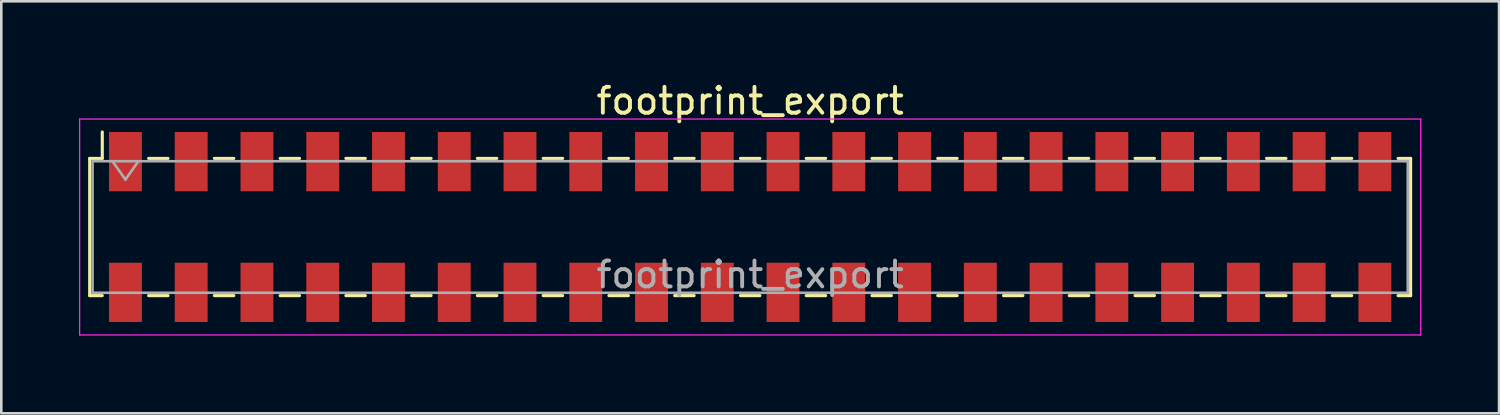
<source format=kicad_pcb>
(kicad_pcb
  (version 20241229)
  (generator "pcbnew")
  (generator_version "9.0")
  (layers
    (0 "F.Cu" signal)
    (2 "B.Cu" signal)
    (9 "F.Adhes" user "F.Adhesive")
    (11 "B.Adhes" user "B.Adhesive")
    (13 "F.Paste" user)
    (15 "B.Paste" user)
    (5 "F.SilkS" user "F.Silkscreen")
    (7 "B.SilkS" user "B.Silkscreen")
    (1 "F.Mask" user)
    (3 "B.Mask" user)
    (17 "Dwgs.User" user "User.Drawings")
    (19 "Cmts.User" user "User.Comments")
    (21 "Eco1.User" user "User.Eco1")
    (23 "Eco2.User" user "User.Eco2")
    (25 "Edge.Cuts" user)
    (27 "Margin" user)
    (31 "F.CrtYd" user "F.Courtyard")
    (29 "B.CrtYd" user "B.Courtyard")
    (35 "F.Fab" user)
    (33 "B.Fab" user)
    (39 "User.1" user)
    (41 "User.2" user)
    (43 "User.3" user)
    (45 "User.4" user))
  (footprint "footprint_export"
    (layer "F.Cu")
    (at 25.925 5.718)
    (property "Reference" "footprint_export" (at 0 -4.87 0) (layer "F.SilkS") (effects (font (size 1 1) (thickness 0.15))))
    (attr smd)
    (fp_line (start -25.51 -2.65) (end -25.51 2.65) (stroke (width 0.12) (type solid)) (layer "F.SilkS"))
    (fp_line (start -25.51 2.65) (end -25.025 2.65) (stroke (width 0.12) (type solid)) (layer "F.SilkS"))
    (fp_line (start -25.025 -3.67) (end -25.025 -2.65) (stroke (width 0.12) (type solid)) (layer "F.SilkS"))
    (fp_line (start -25.025 -2.65) (end -25.51 -2.65) (stroke (width 0.12) (type solid)) (layer "F.SilkS"))
    (fp_line (start -23.235 -2.65) (end -22.485 -2.65) (stroke (width 0.12) (type solid)) (layer "F.SilkS"))
    (fp_line (start -23.235 2.65) (end -22.485 2.65) (stroke (width 0.12) (type solid)) (layer "F.SilkS"))
    (fp_line (start -20.695 -2.65) (end -19.945 -2.65) (stroke (width 0.12) (type solid)) (layer "F.SilkS"))
    (fp_line (start -20.695 2.65) (end -19.945 2.65) (stroke (width 0.12) (type solid)) (layer "F.SilkS"))
    (fp_line (start -18.155 -2.65) (end -17.405 -2.65) (stroke (width 0.12) (type solid)) (layer "F.SilkS"))
    (fp_line (start -18.155 2.65) (end -17.405 2.65) (stroke (width 0.12) (type solid)) (layer "F.SilkS"))
    (fp_line (start -15.615 -2.65) (end -14.865 -2.65) (stroke (width 0.12) (type solid)) (layer "F.SilkS"))
    (fp_line (start -15.615 2.65) (end -14.865 2.65) (stroke (width 0.12) (type solid)) (layer "F.SilkS"))
    (fp_line (start -13.075 -2.65) (end -12.325 -2.65) (stroke (width 0.12) (type solid)) (layer "F.SilkS"))
    (fp_line (start -13.075 2.65) (end -12.325 2.65) (stroke (width 0.12) (type solid)) (layer "F.SilkS"))
    (fp_line (start -10.535 -2.65) (end -9.785 -2.65) (stroke (width 0.12) (type solid)) (layer "F.SilkS"))
    (fp_line (start -10.535 2.65) (end -9.785 2.65) (stroke (width 0.12) (type solid)) (layer "F.SilkS"))
    (fp_line (start -7.995 -2.65) (end -7.245 -2.65) (stroke (width 0.12) (type solid)) (layer "F.SilkS"))
    (fp_line (start -7.995 2.65) (end -7.245 2.65) (stroke (width 0.12) (type solid)) (layer "F.SilkS"))
    (fp_line (start -5.455 -2.65) (end -4.705 -2.65) (stroke (width 0.12) (type solid)) (layer "F.SilkS"))
    (fp_line (start -5.455 2.65) (end -4.705 2.65) (stroke (width 0.12) (type solid)) (layer "F.SilkS"))
    (fp_line (start -2.915 -2.65) (end -2.165 -2.65) (stroke (width 0.12) (type solid)) (layer "F.SilkS"))
    (fp_line (start -2.915 2.65) (end -2.165 2.65) (stroke (width 0.12) (type solid)) (layer "F.SilkS"))
    (fp_line (start -0.375 -2.65) (end 0.375 -2.65) (stroke (width 0.12) (type solid)) (layer "F.SilkS"))
    (fp_line (start -0.375 2.65) (end 0.375 2.65) (stroke (width 0.12) (type solid)) (layer "F.SilkS"))
    (fp_line (start 2.165 -2.65) (end 2.915 -2.65) (stroke (width 0.12) (type solid)) (layer "F.SilkS"))
    (fp_line (start 2.165 2.65) (end 2.915 2.65) (stroke (width 0.12) (type solid)) (layer "F.SilkS"))
    (fp_line (start 4.705 -2.65) (end 5.455 -2.65) (stroke (width 0.12) (type solid)) (layer "F.SilkS"))
    (fp_line (start 4.705 2.65) (end 5.455 2.65) (stroke (width 0.12) (type solid)) (layer "F.SilkS"))
    (fp_line (start 7.245 -2.65) (end 7.995 -2.65) (stroke (width 0.12) (type solid)) (layer "F.SilkS"))
    (fp_line (start 7.245 2.65) (end 7.995 2.65) (stroke (width 0.12) (type solid)) (layer "F.SilkS"))
    (fp_line (start 9.785 -2.65) (end 10.535 -2.65) (stroke (width 0.12) (type solid)) (layer "F.SilkS"))
    (fp_line (start 9.785 2.65) (end 10.535 2.65) (stroke (width 0.12) (type solid)) (layer "F.SilkS"))
    (fp_line (start 12.325 -2.65) (end 13.075 -2.65) (stroke (width 0.12) (type solid)) (layer "F.SilkS"))
    (fp_line (start 12.325 2.65) (end 13.075 2.65) (stroke (width 0.12) (type solid)) (layer "F.SilkS"))
    (fp_line (start 14.865 -2.65) (end 15.615 -2.65) (stroke (width 0.12) (type solid)) (layer "F.SilkS"))
    (fp_line (start 14.865 2.65) (end 15.615 2.65) (stroke (width 0.12) (type solid)) (layer "F.SilkS"))
    (fp_line (start 17.405 -2.65) (end 18.155 -2.65) (stroke (width 0.12) (type solid)) (layer "F.SilkS"))
    (fp_line (start 17.405 2.65) (end 18.155 2.65) (stroke (width 0.12) (type solid)) (layer "F.SilkS"))
    (fp_line (start 19.945 -2.65) (end 20.695 -2.65) (stroke (width 0.12) (type solid)) (layer "F.SilkS"))
    (fp_line (start 19.945 2.65) (end 20.695 2.65) (stroke (width 0.12) (type solid)) (layer "F.SilkS"))
    (fp_line (start 22.485 -2.65) (end 23.235 -2.65) (stroke (width 0.12) (type solid)) (layer "F.SilkS"))
    (fp_line (start 22.485 2.65) (end 23.235 2.65) (stroke (width 0.12) (type solid)) (layer "F.SilkS"))
    (fp_line (start 25.025 -2.65) (end 25.51 -2.65) (stroke (width 0.12) (type solid)) (layer "F.SilkS"))
    (fp_line (start 25.51 -2.65) (end 25.51 2.65) (stroke (width 0.12) (type solid)) (layer "F.SilkS"))
    (fp_line (start 25.51 2.65) (end 25.025 2.65) (stroke (width 0.12) (type solid)) (layer "F.SilkS"))
    (fp_line (start -25.9 -4.17) (end 25.9 -4.17) (stroke (width 0.05) (type solid)) (layer "F.CrtYd"))
    (fp_line (start -25.9 4.17) (end -25.9 -4.17) (stroke (width 0.05) (type solid)) (layer "F.CrtYd"))
    (fp_line (start 25.9 -4.17) (end 25.9 4.17) (stroke (width 0.05) (type solid)) (layer "F.CrtYd"))
    (fp_line (start 25.9 4.17) (end -25.9 4.17) (stroke (width 0.05) (type solid)) (layer "F.CrtYd"))
    (fp_line (start -25.4 -2.54) (end 25.4 -2.54) (stroke (width 0.1) (type solid)) (layer "F.Fab"))
    (fp_line (start -25.4 2.54) (end -25.4 -2.54) (stroke (width 0.1) (type solid)) (layer "F.Fab"))
    (fp_line (start -24.63 -2.54) (end -24.13 -1.833) (stroke (width 0.1) (type solid)) (layer "F.Fab"))
    (fp_line (start -24.13 -1.833) (end -23.63 -2.54) (stroke (width 0.1) (type solid)) (layer "F.Fab"))
    (fp_line (start 25.4 -2.54) (end 25.4 2.54) (stroke (width 0.1) (type solid)) (layer "F.Fab"))
    (fp_line (start 25.4 2.54) (end -25.4 2.54) (stroke (width 0.1) (type solid)) (layer "F.Fab"))
    (fp_text user "${REFERENCE}" (at 0 1.84 0) (layer "F.Fab") (effects (font (size 1 1) (thickness 0.15))))
    (pad "1" smd rect (at -24.13 -2.525) (size 1.27 2.29) (layers "F.Cu" "F.Mask" "F.Paste"))
    (pad "2" smd rect (at -24.13 2.525) (size 1.27 2.29) (layers "F.Cu" "F.Mask" "F.Paste"))
    (pad "3" smd rect (at -21.59 -2.525) (size 1.27 2.29) (layers "F.Cu" "F.Mask" "F.Paste"))
    (pad "4" smd rect (at -21.59 2.525) (size 1.27 2.29) (layers "F.Cu" "F.Mask" "F.Paste"))
    (pad "5" smd rect (at -19.05 -2.525) (size 1.27 2.29) (layers "F.Cu" "F.Mask" "F.Paste"))
    (pad "6" smd rect (at -19.05 2.525) (size 1.27 2.29) (layers "F.Cu" "F.Mask" "F.Paste"))
    (pad "7" smd rect (at -16.51 -2.525) (size 1.27 2.29) (layers "F.Cu" "F.Mask" "F.Paste"))
    (pad "8" smd rect (at -16.51 2.525) (size 1.27 2.29) (layers "F.Cu" "F.Mask" "F.Paste"))
    (pad "9" smd rect (at -13.97 -2.525) (size 1.27 2.29) (layers "F.Cu" "F.Mask" "F.Paste"))
    (pad "10" smd rect (at -13.97 2.525) (size 1.27 2.29) (layers "F.Cu" "F.Mask" "F.Paste"))
    (pad "11" smd rect (at -11.43 -2.525) (size 1.27 2.29) (layers "F.Cu" "F.Mask" "F.Paste"))
    (pad "12" smd rect (at -11.43 2.525) (size 1.27 2.29) (layers "F.Cu" "F.Mask" "F.Paste"))
    (pad "13" smd rect (at -8.89 -2.525) (size 1.27 2.29) (layers "F.Cu" "F.Mask" "F.Paste"))
    (pad "14" smd rect (at -8.89 2.525) (size 1.27 2.29) (layers "F.Cu" "F.Mask" "F.Paste"))
    (pad "15" smd rect (at -6.35 -2.525) (size 1.27 2.29) (layers "F.Cu" "F.Mask" "F.Paste"))
    (pad "16" smd rect (at -6.35 2.525) (size 1.27 2.29) (layers "F.Cu" "F.Mask" "F.Paste"))
    (pad "17" smd rect (at -3.81 -2.525) (size 1.27 2.29) (layers "F.Cu" "F.Mask" "F.Paste"))
    (pad "18" smd rect (at -3.81 2.525) (size 1.27 2.29) (layers "F.Cu" "F.Mask" "F.Paste"))
    (pad "19" smd rect (at -1.27 -2.525) (size 1.27 2.29) (layers "F.Cu" "F.Mask" "F.Paste"))
    (pad "20" smd rect (at -1.27 2.525) (size 1.27 2.29) (layers "F.Cu" "F.Mask" "F.Paste"))
    (pad "21" smd rect (at 1.27 -2.525) (size 1.27 2.29) (layers "F.Cu" "F.Mask" "F.Paste"))
    (pad "22" smd rect (at 1.27 2.525) (size 1.27 2.29) (layers "F.Cu" "F.Mask" "F.Paste"))
    (pad "23" smd rect (at 3.81 -2.525) (size 1.27 2.29) (layers "F.Cu" "F.Mask" "F.Paste"))
    (pad "24" smd rect (at 3.81 2.525) (size 1.27 2.29) (layers "F.Cu" "F.Mask" "F.Paste"))
    (pad "25" smd rect (at 6.35 -2.525) (size 1.27 2.29) (layers "F.Cu" "F.Mask" "F.Paste"))
    (pad "26" smd rect (at 6.35 2.525) (size 1.27 2.29) (layers "F.Cu" "F.Mask" "F.Paste"))
    (pad "27" smd rect (at 8.89 -2.525) (size 1.27 2.29) (layers "F.Cu" "F.Mask" "F.Paste"))
    (pad "28" smd rect (at 8.89 2.525) (size 1.27 2.29) (layers "F.Cu" "F.Mask" "F.Paste"))
    (pad "29" smd rect (at 11.43 -2.525) (size 1.27 2.29) (layers "F.Cu" "F.Mask" "F.Paste"))
    (pad "30" smd rect (at 11.43 2.525) (size 1.27 2.29) (layers "F.Cu" "F.Mask" "F.Paste"))
    (pad "31" smd rect (at 13.97 -2.525) (size 1.27 2.29) (layers "F.Cu" "F.Mask" "F.Paste"))
    (pad "32" smd rect (at 13.97 2.525) (size 1.27 2.29) (layers "F.Cu" "F.Mask" "F.Paste"))
    (pad "33" smd rect (at 16.51 -2.525) (size 1.27 2.29) (layers "F.Cu" "F.Mask" "F.Paste"))
    (pad "34" smd rect (at 16.51 2.525) (size 1.27 2.29) (layers "F.Cu" "F.Mask" "F.Paste"))
    (pad "35" smd rect (at 19.05 -2.525) (size 1.27 2.29) (layers "F.Cu" "F.Mask" "F.Paste"))
    (pad "36" smd rect (at 19.05 2.525) (size 1.27 2.29) (layers "F.Cu" "F.Mask" "F.Paste"))
    (pad "37" smd rect (at 21.59 -2.525) (size 1.27 2.29) (layers "F.Cu" "F.Mask" "F.Paste"))
    (pad "38" smd rect (at 21.59 2.525) (size 1.27 2.29) (layers "F.Cu" "F.Mask" "F.Paste"))
    (pad "39" smd rect (at 24.13 -2.525) (size 1.27 2.29) (layers "F.Cu" "F.Mask" "F.Paste"))
    (pad "40" smd rect (at 24.13 2.525) (size 1.27 2.29) (layers "F.Cu" "F.Mask" "F.Paste")))
  (gr_rect
    (start -3 -3)
    (end 54.85 12.913)
    (stroke (width 0.1) (type default))
    (fill no)
    (layer "Edge.Cuts")))
</source>
